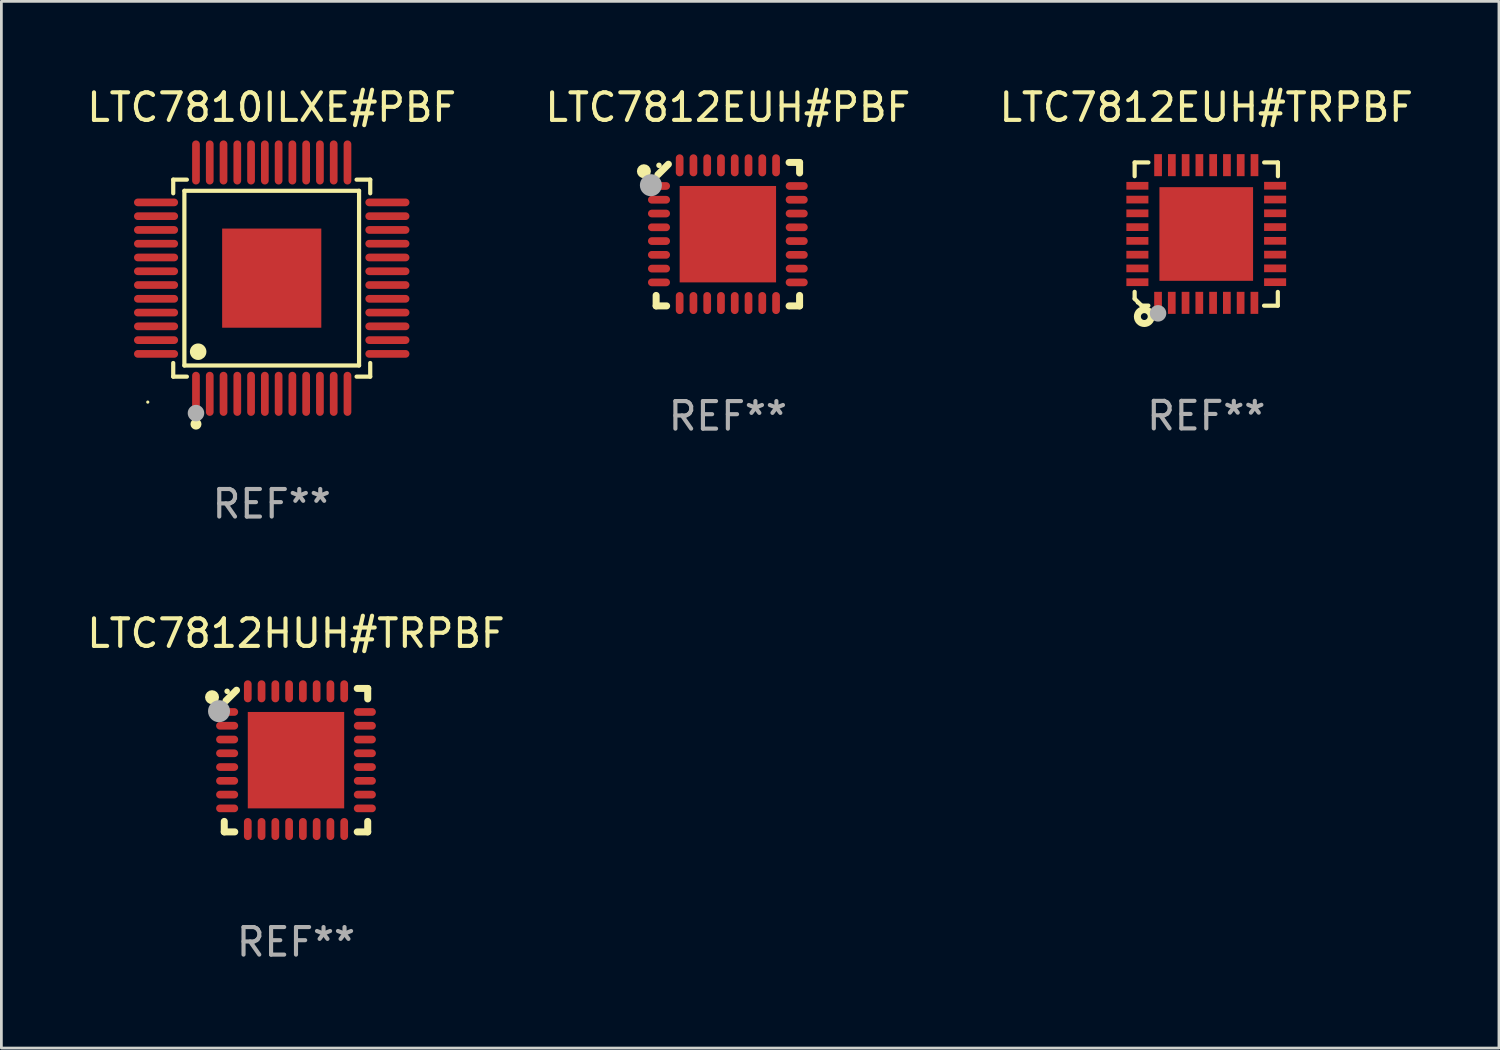
<source format=kicad_pcb>
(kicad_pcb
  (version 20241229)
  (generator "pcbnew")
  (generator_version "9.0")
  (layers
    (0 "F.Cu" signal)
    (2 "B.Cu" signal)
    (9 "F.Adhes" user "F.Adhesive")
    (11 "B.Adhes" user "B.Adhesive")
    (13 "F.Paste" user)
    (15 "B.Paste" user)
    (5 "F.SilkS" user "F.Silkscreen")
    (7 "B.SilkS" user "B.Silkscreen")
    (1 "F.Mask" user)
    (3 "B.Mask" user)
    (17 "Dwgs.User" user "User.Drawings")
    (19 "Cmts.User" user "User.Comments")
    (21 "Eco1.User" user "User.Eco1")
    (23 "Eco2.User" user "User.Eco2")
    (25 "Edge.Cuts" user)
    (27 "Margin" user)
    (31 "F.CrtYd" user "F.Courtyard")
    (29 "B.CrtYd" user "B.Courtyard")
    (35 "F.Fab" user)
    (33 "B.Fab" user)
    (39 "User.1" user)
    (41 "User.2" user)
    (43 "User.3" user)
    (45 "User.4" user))
  (footprint "LTC7812HUH#TRPBF"
    (layer "F.Cu")
    (at 7.696 24.548)
    (property "Reference" "LTC7812HUH#TRPBF" (at 0 -4.604 0) (layer "F.SilkS") (effects (font (size 1 1) (thickness 0.15))))
    (attr through_hole)
    (fp_line (start -2.604 2.223) (end -2.604 2.604) (stroke (width 0.254) (type solid)) (layer "F.SilkS"))
    (fp_line (start -2.604 2.604) (end -2.223 2.604) (stroke (width 0.254) (type solid)) (layer "F.SilkS"))
    (fp_line (start -2.159 -2.54) (end -2.54 -2.159) (stroke (width 0.254) (type solid)) (layer "F.SilkS"))
    (fp_line (start 2.223 2.604) (end 2.604 2.604) (stroke (width 0.254) (type solid)) (layer "F.SilkS"))
    (fp_line (start 2.604 -2.604) (end 2.223 -2.604) (stroke (width 0.254) (type solid)) (layer "F.SilkS"))
    (fp_line (start 2.604 -2.223) (end 2.604 -2.604) (stroke (width 0.254) (type solid)) (layer "F.SilkS"))
    (fp_line (start 2.604 2.604) (end 2.604 2.223) (stroke (width 0.254) (type solid)) (layer "F.SilkS"))
    (fp_circle (center -3.048 -2.286) (end -2.921 -2.286) (stroke (width 0.254) (type solid)) (fill no) (layer "F.SilkS"))
    (fp_circle (center -2.5 -2.5) (end -2.45 -2.5) (stroke (width 0.1) (type solid)) (fill no) (layer "F.SilkS"))
    (fp_circle (center -2.794 -1.778) (end -2.594 -1.778) (stroke (width 0.4) (type solid)) (fill no) (layer "F.Fab"))
    (fp_text user "REF**" (at 0 6.604 0) (layer "F.Fab") (effects (font (size 1 1) (thickness 0.15))))
    (pad "1" smd oval (at -2.5 -1.75) (size 0.8 0.28) (layers "F.Cu" "F.Mask" "F.Paste"))
    (pad "2" smd oval (at -2.5 -1.25) (size 0.8 0.28) (layers "F.Cu" "F.Mask" "F.Paste"))
    (pad "3" smd oval (at -2.5 -0.75) (size 0.8 0.28) (layers "F.Cu" "F.Mask" "F.Paste"))
    (pad "4" smd oval (at -2.5 -0.25) (size 0.8 0.28) (layers "F.Cu" "F.Mask" "F.Paste"))
    (pad "5" smd oval (at -2.5 0.25) (size 0.8 0.28) (layers "F.Cu" "F.Mask" "F.Paste"))
    (pad "6" smd oval (at -2.5 0.75) (size 0.8 0.28) (layers "F.Cu" "F.Mask" "F.Paste"))
    (pad "7" smd oval (at -2.5 1.25) (size 0.8 0.28) (layers "F.Cu" "F.Mask" "F.Paste"))
    (pad "8" smd oval (at -2.5 1.75) (size 0.8 0.28) (layers "F.Cu" "F.Mask" "F.Paste"))
    (pad "9" smd oval (at -1.75 2.5) (size 0.28 0.8) (layers "F.Cu" "F.Mask" "F.Paste"))
    (pad "10" smd oval (at -1.25 2.5) (size 0.28 0.8) (layers "F.Cu" "F.Mask" "F.Paste"))
    (pad "11" smd oval (at -0.75 2.5) (size 0.28 0.8) (layers "F.Cu" "F.Mask" "F.Paste"))
    (pad "12" smd oval (at -0.25 2.5) (size 0.28 0.8) (layers "F.Cu" "F.Mask" "F.Paste"))
    (pad "13" smd oval (at 0.25 2.5) (size 0.28 0.8) (layers "F.Cu" "F.Mask" "F.Paste"))
    (pad "14" smd oval (at 0.75 2.5) (size 0.28 0.8) (layers "F.Cu" "F.Mask" "F.Paste"))
    (pad "15" smd oval (at 1.25 2.5) (size 0.28 0.8) (layers "F.Cu" "F.Mask" "F.Paste"))
    (pad "16" smd oval (at 1.75 2.5) (size 0.28 0.8) (layers "F.Cu" "F.Mask" "F.Paste"))
    (pad "17" smd oval (at 2.5 1.75) (size 0.8 0.28) (layers "F.Cu" "F.Mask" "F.Paste"))
    (pad "18" smd oval (at 2.5 1.25) (size 0.8 0.28) (layers "F.Cu" "F.Mask" "F.Paste"))
    (pad "19" smd oval (at 2.5 0.75) (size 0.8 0.28) (layers "F.Cu" "F.Mask" "F.Paste"))
    (pad "20" smd oval (at 2.5 0.25) (size 0.8 0.28) (layers "F.Cu" "F.Mask" "F.Paste"))
    (pad "21" smd oval (at 2.5 -0.25) (size 0.8 0.28) (layers "F.Cu" "F.Mask" "F.Paste"))
    (pad "22" smd oval (at 2.5 -0.75) (size 0.8 0.28) (layers "F.Cu" "F.Mask" "F.Paste"))
    (pad "23" smd oval (at 2.5 -1.25) (size 0.8 0.28) (layers "F.Cu" "F.Mask" "F.Paste"))
    (pad "24" smd oval (at 2.5 -1.75) (size 0.8 0.28) (layers "F.Cu" "F.Mask" "F.Paste"))
    (pad "25" smd oval (at 1.75 -2.5) (size 0.28 0.8) (layers "F.Cu" "F.Mask" "F.Paste"))
    (pad "26" smd oval (at 1.25 -2.5) (size 0.28 0.8) (layers "F.Cu" "F.Mask" "F.Paste"))
    (pad "27" smd oval (at 0.75 -2.5) (size 0.28 0.8) (layers "F.Cu" "F.Mask" "F.Paste"))
    (pad "28" smd oval (at 0.25 -2.5) (size 0.28 0.8) (layers "F.Cu" "F.Mask" "F.Paste"))
    (pad "29" smd oval (at -0.25 -2.5) (size 0.28 0.8) (layers "F.Cu" "F.Mask" "F.Paste"))
    (pad "30" smd oval (at -0.75 -2.5) (size 0.28 0.8) (layers "F.Cu" "F.Mask" "F.Paste"))
    (pad "31" smd oval (at -1.25 -2.5) (size 0.28 0.8) (layers "F.Cu" "F.Mask" "F.Paste"))
    (pad "32" smd oval (at -1.75 -2.5) (size 0.28 0.8) (layers "F.Cu" "F.Mask" "F.Paste"))
    (pad "33" smd rect (at 0.000076 0.000076) (size 3.5 3.5) (layers "F.Cu" "F.Mask" "F.Paste")))
  (footprint "LTC7810ILXE#PBF"
    (layer "F.Cu")
    (at 6.815 7.048)
    (property "Reference" "LTC7810ILXE#PBF" (at 0 -6.2 0) (layer "F.SilkS") (effects (font (size 1 1) (thickness 0.15))))
    (attr through_hole)
    (fp_line (start -3.576 -3.576) (end -3.08 -3.576) (stroke (width 0.152) (type solid)) (layer "F.SilkS"))
    (fp_line (start -3.576 -3.08) (end -3.576 -3.576) (stroke (width 0.152) (type solid)) (layer "F.SilkS"))
    (fp_line (start -3.576 3.08) (end -3.576 3.576) (stroke (width 0.152) (type solid)) (layer "F.SilkS"))
    (fp_line (start -3.576 3.576) (end -3.08 3.576) (stroke (width 0.152) (type solid)) (layer "F.SilkS"))
    (fp_line (start -3.171 -3.171) (end 3.171 -3.171) (stroke (width 0.152) (type solid)) (layer "F.SilkS"))
    (fp_line (start -3.171 3.171) (end -3.171 -3.171) (stroke (width 0.152) (type solid)) (layer "F.SilkS"))
    (fp_line (start 3.171 -3.171) (end 3.171 3.171) (stroke (width 0.152) (type solid)) (layer "F.SilkS"))
    (fp_line (start 3.171 3.171) (end -3.171 3.171) (stroke (width 0.152) (type solid)) (layer "F.SilkS"))
    (fp_line (start 3.576 -3.576) (end 3.08 -3.576) (stroke (width 0.152) (type solid)) (layer "F.SilkS"))
    (fp_line (start 3.576 -3.08) (end 3.576 -3.576) (stroke (width 0.152) (type solid)) (layer "F.SilkS"))
    (fp_line (start 3.576 3.08) (end 3.576 3.576) (stroke (width 0.152) (type solid)) (layer "F.SilkS"))
    (fp_line (start 3.576 3.576) (end 3.08 3.576) (stroke (width 0.152) (type solid)) (layer "F.SilkS"))
    (fp_circle (center -4.5 4.5) (end -4.47 4.5) (stroke (width 0.06) (type solid)) (fill no) (layer "F.SilkS"))
    (fp_circle (center -2.75 5.3) (end -2.65 5.3) (stroke (width 0.2) (type solid)) (fill no) (layer "F.SilkS"))
    (fp_circle (center -2.671 2.671) (end -2.521 2.671) (stroke (width 0.3) (type solid)) (fill no) (layer "F.SilkS"))
    (fp_circle (center -2.75 4.9) (end -2.6 4.9) (stroke (width 0.3) (type solid)) (fill no) (layer "F.Fab"))
    (fp_text user "REF**" (at 0 8.2 0) (layer "F.Fab") (effects (font (size 1 1) (thickness 0.15))))
    (pad "1" smd oval (at -2.75 4.2) (size 0.28 1.6) (layers "F.Cu" "F.Mask" "F.Paste"))
    (pad "2" smd oval (at -2.25 4.2) (size 0.28 1.6) (layers "F.Cu" "F.Mask" "F.Paste"))
    (pad "3" smd oval (at -1.75 4.2) (size 0.28 1.6) (layers "F.Cu" "F.Mask" "F.Paste"))
    (pad "4" smd oval (at -1.25 4.2) (size 0.28 1.6) (layers "F.Cu" "F.Mask" "F.Paste"))
    (pad "5" smd oval (at -0.75 4.2) (size 0.28 1.6) (layers "F.Cu" "F.Mask" "F.Paste"))
    (pad "6" smd oval (at -0.25 4.2) (size 0.28 1.6) (layers "F.Cu" "F.Mask" "F.Paste"))
    (pad "7" smd oval (at 0.25 4.2) (size 0.28 1.6) (layers "F.Cu" "F.Mask" "F.Paste"))
    (pad "8" smd oval (at 0.75 4.2) (size 0.28 1.6) (layers "F.Cu" "F.Mask" "F.Paste"))
    (pad "9" smd oval (at 1.25 4.2) (size 0.28 1.6) (layers "F.Cu" "F.Mask" "F.Paste"))
    (pad "10" smd oval (at 1.75 4.2) (size 0.28 1.6) (layers "F.Cu" "F.Mask" "F.Paste"))
    (pad "11" smd oval (at 2.25 4.2) (size 0.28 1.6) (layers "F.Cu" "F.Mask" "F.Paste"))
    (pad "12" smd oval (at 2.75 4.2) (size 0.28 1.6) (layers "F.Cu" "F.Mask" "F.Paste"))
    (pad "13" smd oval (at 4.2 2.75) (size 1.6 0.28) (layers "F.Cu" "F.Mask" "F.Paste"))
    (pad "14" smd oval (at 4.2 2.25) (size 1.6 0.28) (layers "F.Cu" "F.Mask" "F.Paste"))
    (pad "15" smd oval (at 4.2 1.75) (size 1.6 0.28) (layers "F.Cu" "F.Mask" "F.Paste"))
    (pad "16" smd oval (at 4.2 1.25) (size 1.6 0.28) (layers "F.Cu" "F.Mask" "F.Paste"))
    (pad "17" smd oval (at 4.2 0.75) (size 1.6 0.28) (layers "F.Cu" "F.Mask" "F.Paste"))
    (pad "18" smd oval (at 4.2 0.25) (size 1.6 0.28) (layers "F.Cu" "F.Mask" "F.Paste"))
    (pad "19" smd oval (at 4.2 -0.25) (size 1.6 0.28) (layers "F.Cu" "F.Mask" "F.Paste"))
    (pad "20" smd oval (at 4.2 -0.75) (size 1.6 0.28) (layers "F.Cu" "F.Mask" "F.Paste"))
    (pad "21" smd oval (at 4.2 -1.25) (size 1.6 0.28) (layers "F.Cu" "F.Mask" "F.Paste"))
    (pad "22" smd oval (at 4.2 -1.75) (size 1.6 0.28) (layers "F.Cu" "F.Mask" "F.Paste"))
    (pad "23" smd oval (at 4.2 -2.25) (size 1.6 0.28) (layers "F.Cu" "F.Mask" "F.Paste"))
    (pad "24" smd oval (at 4.2 -2.75) (size 1.6 0.28) (layers "F.Cu" "F.Mask" "F.Paste"))
    (pad "25" smd oval (at 2.75 -4.2) (size 0.28 1.6) (layers "F.Cu" "F.Mask" "F.Paste"))
    (pad "26" smd oval (at 2.25 -4.2) (size 0.28 1.6) (layers "F.Cu" "F.Mask" "F.Paste"))
    (pad "27" smd oval (at 1.75 -4.2) (size 0.28 1.6) (layers "F.Cu" "F.Mask" "F.Paste"))
    (pad "28" smd oval (at 1.25 -4.2) (size 0.28 1.6) (layers "F.Cu" "F.Mask" "F.Paste"))
    (pad "29" smd oval (at 0.75 -4.2) (size 0.28 1.6) (layers "F.Cu" "F.Mask" "F.Paste"))
    (pad "30" smd oval (at 0.25 -4.2) (size 0.28 1.6) (layers "F.Cu" "F.Mask" "F.Paste"))
    (pad "31" smd oval (at -0.25 -4.2) (size 0.28 1.6) (layers "F.Cu" "F.Mask" "F.Paste"))
    (pad "32" smd oval (at -0.75 -4.2) (size 0.28 1.6) (layers "F.Cu" "F.Mask" "F.Paste"))
    (pad "33" smd oval (at -1.25 -4.2) (size 0.28 1.6) (layers "F.Cu" "F.Mask" "F.Paste"))
    (pad "34" smd oval (at -1.75 -4.2) (size 0.28 1.6) (layers "F.Cu" "F.Mask" "F.Paste"))
    (pad "35" smd oval (at -2.25 -4.2) (size 0.28 1.6) (layers "F.Cu" "F.Mask" "F.Paste"))
    (pad "36" smd oval (at -2.75 -4.2) (size 0.28 1.6) (layers "F.Cu" "F.Mask" "F.Paste"))
    (pad "37" smd oval (at -4.2 -2.75) (size 1.6 0.28) (layers "F.Cu" "F.Mask" "F.Paste"))
    (pad "38" smd oval (at -4.2 -2.25) (size 1.6 0.28) (layers "F.Cu" "F.Mask" "F.Paste"))
    (pad "39" smd oval (at -4.2 -1.75) (size 1.6 0.28) (layers "F.Cu" "F.Mask" "F.Paste"))
    (pad "40" smd oval (at -4.2 -1.25) (size 1.6 0.28) (layers "F.Cu" "F.Mask" "F.Paste"))
    (pad "41" smd oval (at -4.2 -0.75) (size 1.6 0.28) (layers "F.Cu" "F.Mask" "F.Paste"))
    (pad "42" smd oval (at -4.2 -0.25) (size 1.6 0.28) (layers "F.Cu" "F.Mask" "F.Paste"))
    (pad "43" smd oval (at -4.2 0.25) (size 1.6 0.28) (layers "F.Cu" "F.Mask" "F.Paste"))
    (pad "44" smd oval (at -4.2 0.75) (size 1.6 0.28) (layers "F.Cu" "F.Mask" "F.Paste"))
    (pad "45" smd oval (at -4.2 1.25) (size 1.6 0.28) (layers "F.Cu" "F.Mask" "F.Paste"))
    (pad "46" smd oval (at -4.2 1.75) (size 1.6 0.28) (layers "F.Cu" "F.Mask" "F.Paste"))
    (pad "47" smd oval (at -4.2 2.25) (size 1.6 0.28) (layers "F.Cu" "F.Mask" "F.Paste"))
    (pad "48" smd oval (at -4.2 2.75) (size 1.6 0.28) (layers "F.Cu" "F.Mask" "F.Paste"))
    (pad "49" smd rect (at 0 0) (size 3.6 3.6) (layers "F.Cu" "F.Mask" "F.Paste")))
  (footprint "LTC7812EUH#PBF"
    (layer "F.Cu")
    (at 23.375 5.452)
    (property "Reference" "LTC7812EUH#PBF" (at 0 -4.604 0) (layer "F.SilkS") (effects (font (size 1 1) (thickness 0.15))))
    (attr through_hole)
    (fp_line (start -2.604 2.223) (end -2.604 2.604) (stroke (width 0.254) (type solid)) (layer "F.SilkS"))
    (fp_line (start -2.604 2.604) (end -2.223 2.604) (stroke (width 0.254) (type solid)) (layer "F.SilkS"))
    (fp_line (start -2.159 -2.54) (end -2.54 -2.159) (stroke (width 0.254) (type solid)) (layer "F.SilkS"))
    (fp_line (start 2.223 2.604) (end 2.604 2.604) (stroke (width 0.254) (type solid)) (layer "F.SilkS"))
    (fp_line (start 2.604 -2.604) (end 2.223 -2.604) (stroke (width 0.254) (type solid)) (layer "F.SilkS"))
    (fp_line (start 2.604 -2.223) (end 2.604 -2.604) (stroke (width 0.254) (type solid)) (layer "F.SilkS"))
    (fp_line (start 2.604 2.604) (end 2.604 2.223) (stroke (width 0.254) (type solid)) (layer "F.SilkS"))
    (fp_circle (center -3.048 -2.286) (end -2.921 -2.286) (stroke (width 0.254) (type solid)) (fill no) (layer "F.SilkS"))
    (fp_circle (center -2.5 -2.5) (end -2.45 -2.5) (stroke (width 0.1) (type solid)) (fill no) (layer "F.SilkS"))
    (fp_circle (center -2.794 -1.778) (end -2.594 -1.778) (stroke (width 0.4) (type solid)) (fill no) (layer "F.Fab"))
    (fp_text user "REF**" (at 0 6.604 0) (layer "F.Fab") (effects (font (size 1 1) (thickness 0.15))))
    (pad "1" smd oval (at -2.5 -1.75) (size 0.8 0.28) (layers "F.Cu" "F.Mask" "F.Paste"))
    (pad "2" smd oval (at -2.5 -1.25) (size 0.8 0.28) (layers "F.Cu" "F.Mask" "F.Paste"))
    (pad "3" smd oval (at -2.5 -0.75) (size 0.8 0.28) (layers "F.Cu" "F.Mask" "F.Paste"))
    (pad "4" smd oval (at -2.5 -0.25) (size 0.8 0.28) (layers "F.Cu" "F.Mask" "F.Paste"))
    (pad "5" smd oval (at -2.5 0.25) (size 0.8 0.28) (layers "F.Cu" "F.Mask" "F.Paste"))
    (pad "6" smd oval (at -2.5 0.75) (size 0.8 0.28) (layers "F.Cu" "F.Mask" "F.Paste"))
    (pad "7" smd oval (at -2.5 1.25) (size 0.8 0.28) (layers "F.Cu" "F.Mask" "F.Paste"))
    (pad "8" smd oval (at -2.5 1.75) (size 0.8 0.28) (layers "F.Cu" "F.Mask" "F.Paste"))
    (pad "9" smd oval (at -1.75 2.5) (size 0.28 0.8) (layers "F.Cu" "F.Mask" "F.Paste"))
    (pad "10" smd oval (at -1.25 2.5) (size 0.28 0.8) (layers "F.Cu" "F.Mask" "F.Paste"))
    (pad "11" smd oval (at -0.75 2.5) (size 0.28 0.8) (layers "F.Cu" "F.Mask" "F.Paste"))
    (pad "12" smd oval (at -0.25 2.5) (size 0.28 0.8) (layers "F.Cu" "F.Mask" "F.Paste"))
    (pad "13" smd oval (at 0.25 2.5) (size 0.28 0.8) (layers "F.Cu" "F.Mask" "F.Paste"))
    (pad "14" smd oval (at 0.75 2.5) (size 0.28 0.8) (layers "F.Cu" "F.Mask" "F.Paste"))
    (pad "15" smd oval (at 1.25 2.5) (size 0.28 0.8) (layers "F.Cu" "F.Mask" "F.Paste"))
    (pad "16" smd oval (at 1.75 2.5) (size 0.28 0.8) (layers "F.Cu" "F.Mask" "F.Paste"))
    (pad "17" smd oval (at 2.5 1.75) (size 0.8 0.28) (layers "F.Cu" "F.Mask" "F.Paste"))
    (pad "18" smd oval (at 2.5 1.25) (size 0.8 0.28) (layers "F.Cu" "F.Mask" "F.Paste"))
    (pad "19" smd oval (at 2.5 0.75) (size 0.8 0.28) (layers "F.Cu" "F.Mask" "F.Paste"))
    (pad "20" smd oval (at 2.5 0.25) (size 0.8 0.28) (layers "F.Cu" "F.Mask" "F.Paste"))
    (pad "21" smd oval (at 2.5 -0.25) (size 0.8 0.28) (layers "F.Cu" "F.Mask" "F.Paste"))
    (pad "22" smd oval (at 2.5 -0.75) (size 0.8 0.28) (layers "F.Cu" "F.Mask" "F.Paste"))
    (pad "23" smd oval (at 2.5 -1.25) (size 0.8 0.28) (layers "F.Cu" "F.Mask" "F.Paste"))
    (pad "24" smd oval (at 2.5 -1.75) (size 0.8 0.28) (layers "F.Cu" "F.Mask" "F.Paste"))
    (pad "25" smd oval (at 1.75 -2.5) (size 0.28 0.8) (layers "F.Cu" "F.Mask" "F.Paste"))
    (pad "26" smd oval (at 1.25 -2.5) (size 0.28 0.8) (layers "F.Cu" "F.Mask" "F.Paste"))
    (pad "27" smd oval (at 0.75 -2.5) (size 0.28 0.8) (layers "F.Cu" "F.Mask" "F.Paste"))
    (pad "28" smd oval (at 0.25 -2.5) (size 0.28 0.8) (layers "F.Cu" "F.Mask" "F.Paste"))
    (pad "29" smd oval (at -0.25 -2.5) (size 0.28 0.8) (layers "F.Cu" "F.Mask" "F.Paste"))
    (pad "30" smd oval (at -0.75 -2.5) (size 0.28 0.8) (layers "F.Cu" "F.Mask" "F.Paste"))
    (pad "31" smd oval (at -1.25 -2.5) (size 0.28 0.8) (layers "F.Cu" "F.Mask" "F.Paste"))
    (pad "32" smd oval (at -1.75 -2.5) (size 0.28 0.8) (layers "F.Cu" "F.Mask" "F.Paste"))
    (pad "33" smd rect (at 0.000076 0.000076) (size 3.5 3.5) (layers "F.Cu" "F.Mask" "F.Paste")))
  (footprint "LTC7812EUH#TRPBF"
    (layer "F.Cu")
    (at 40.744 5.448)
    (property "Reference" "LTC7812EUH#TRPBF" (at 0 -4.6 0) (layer "F.SilkS") (effects (font (size 1 1) (thickness 0.15))))
    (attr through_hole)
    (fp_line (start -2.601 2.097) (end -2.601 2.347) (stroke (width 0.152) (type solid)) (layer "F.SilkS"))
    (fp_line (start -2.601 2.347) (end -2.351 2.597) (stroke (width 0.152) (type solid)) (layer "F.SilkS"))
    (fp_line (start -2.601 -2.6) (end -2.601 -2.1) (stroke (width 0.152) (type solid)) (layer "F.SilkS"))
    (fp_line (start -2.601 -2.6) (end -2.101 -2.6) (stroke (width 0.152) (type solid)) (layer "F.SilkS"))
    (fp_line (start -2.351 2.597) (end -2.101 2.597) (stroke (width 0.152) (type solid)) (layer "F.SilkS"))
    (fp_line (start 2.597 2.6) (end 2.097 2.6) (stroke (width 0.152) (type solid)) (layer "F.SilkS"))
    (fp_line (start 2.597 2.6) (end 2.597 2.1) (stroke (width 0.152) (type solid)) (layer "F.SilkS"))
    (fp_line (start 2.601 -2.6) (end 2.101 -2.6) (stroke (width 0.152) (type solid)) (layer "F.SilkS"))
    (fp_line (start 2.601 -2.6) (end 2.601 -2.1) (stroke (width 0.152) (type solid)) (layer "F.SilkS"))
    (fp_circle (center -2.501 2.497) (end -2.471 2.497) (stroke (width 0.06) (type solid)) (fill no) (layer "F.SilkS"))
    (fp_circle (center -2.25 2.995) (end -2.125 2.995) (stroke (width 0.254) (type solid)) (fill no) (layer "F.SilkS"))
    (fp_circle (center -1.751 2.878) (end -1.601 2.878) (stroke (width 0.3) (type solid)) (fill no) (layer "F.Fab"))
    (fp_text user "REF**" (at 0 6.6 0) (layer "F.Fab") (effects (font (size 1 1) (thickness 0.15))))
    (pad "1" smd rect (at -1.751 2.497) (size 0.28 0.8) (layers "F.Cu" "F.Mask" "F.Paste"))
    (pad "2" smd rect (at -1.253 2.497) (size 0.28 0.8) (layers "F.Cu" "F.Mask" "F.Paste"))
    (pad "3" smd rect (at -0.753 2.497) (size 0.28 0.8) (layers "F.Cu" "F.Mask" "F.Paste"))
    (pad "4" smd rect (at -0.253 2.497) (size 0.28 0.8) (layers "F.Cu" "F.Mask" "F.Paste"))
    (pad "5" smd rect (at 0.247 2.497) (size 0.28 0.8) (layers "F.Cu" "F.Mask" "F.Paste"))
    (pad "6" smd rect (at 0.747 2.497) (size 0.28 0.8) (layers "F.Cu" "F.Mask" "F.Paste"))
    (pad "7" smd rect (at 1.247 2.497) (size 0.28 0.8) (layers "F.Cu" "F.Mask" "F.Paste"))
    (pad "8" smd rect (at 1.747 2.497) (size 0.28 0.8) (layers "F.Cu" "F.Mask" "F.Paste"))
    (pad "9" smd rect (at 2.499 1.746) (size 0.8 0.28) (layers "F.Cu" "F.Mask" "F.Paste"))
    (pad "10" smd rect (at 2.499 1.245) (size 0.8 0.28) (layers "F.Cu" "F.Mask" "F.Paste"))
    (pad "11" smd rect (at 2.499 0.746) (size 0.8 0.28) (layers "F.Cu" "F.Mask" "F.Paste"))
    (pad "12" smd rect (at 2.499 0.245) (size 0.8 0.28) (layers "F.Cu" "F.Mask" "F.Paste"))
    (pad "13" smd rect (at 2.499 -0.254) (size 0.8 0.28) (layers "F.Cu" "F.Mask" "F.Paste"))
    (pad "14" smd rect (at 2.499 -0.755) (size 0.8 0.28) (layers "F.Cu" "F.Mask" "F.Paste"))
    (pad "15" smd rect (at 2.499 -1.254) (size 0.8 0.28) (layers "F.Cu" "F.Mask" "F.Paste"))
    (pad "16" smd rect (at 2.499 -1.755) (size 0.8 0.28) (layers "F.Cu" "F.Mask" "F.Paste"))
    (pad "17" smd rect (at 1.75 -2.502) (size 0.28 0.8) (layers "F.Cu" "F.Mask" "F.Paste"))
    (pad "18" smd rect (at 1.25 -2.502) (size 0.28 0.8) (layers "F.Cu" "F.Mask" "F.Paste"))
    (pad "19" smd rect (at 0.75 -2.502) (size 0.28 0.8) (layers "F.Cu" "F.Mask" "F.Paste"))
    (pad "20" smd rect (at 0.25 -2.502) (size 0.28 0.8) (layers "F.Cu" "F.Mask" "F.Paste"))
    (pad "21" smd rect (at -0.25 -2.502) (size 0.28 0.8) (layers "F.Cu" "F.Mask" "F.Paste"))
    (pad "22" smd rect (at -0.75 -2.502) (size 0.28 0.8) (layers "F.Cu" "F.Mask" "F.Paste"))
    (pad "23" smd rect (at -1.25 -2.502) (size 0.28 0.8) (layers "F.Cu" "F.Mask" "F.Paste"))
    (pad "24" smd rect (at -1.75 -2.502) (size 0.28 0.8) (layers "F.Cu" "F.Mask" "F.Paste"))
    (pad "25" smd rect (at -2.501 -1.753) (size 0.8 0.28) (layers "F.Cu" "F.Mask" "F.Paste"))
    (pad "26" smd rect (at -2.501 -1.252) (size 0.8 0.28) (layers "F.Cu" "F.Mask" "F.Paste"))
    (pad "27" smd rect (at -2.501 -0.753) (size 0.8 0.28) (layers "F.Cu" "F.Mask" "F.Paste"))
    (pad "28" smd rect (at -2.501 -0.252) (size 0.8 0.28) (layers "F.Cu" "F.Mask" "F.Paste"))
    (pad "29" smd rect (at -2.501 0.247) (size 0.8 0.28) (layers "F.Cu" "F.Mask" "F.Paste"))
    (pad "30" smd rect (at -2.501 0.748) (size 0.8 0.28) (layers "F.Cu" "F.Mask" "F.Paste"))
    (pad "31" smd rect (at -2.501 1.247) (size 0.8 0.28) (layers "F.Cu" "F.Mask" "F.Paste"))
    (pad "32" smd rect (at -2.501 1.748) (size 0.8 0.28) (layers "F.Cu" "F.Mask" "F.Paste"))
    (pad "33" smd rect (at -0.001 -0.003 180) (size 3.4 3.4) (layers "F.Cu" "F.Mask" "F.Paste")))
  (gr_rect
    (start -3 -3)
    (end 51.369 35)
    (stroke (width 0.1) (type default))
    (fill no)
    (layer "Edge.Cuts")))
</source>
